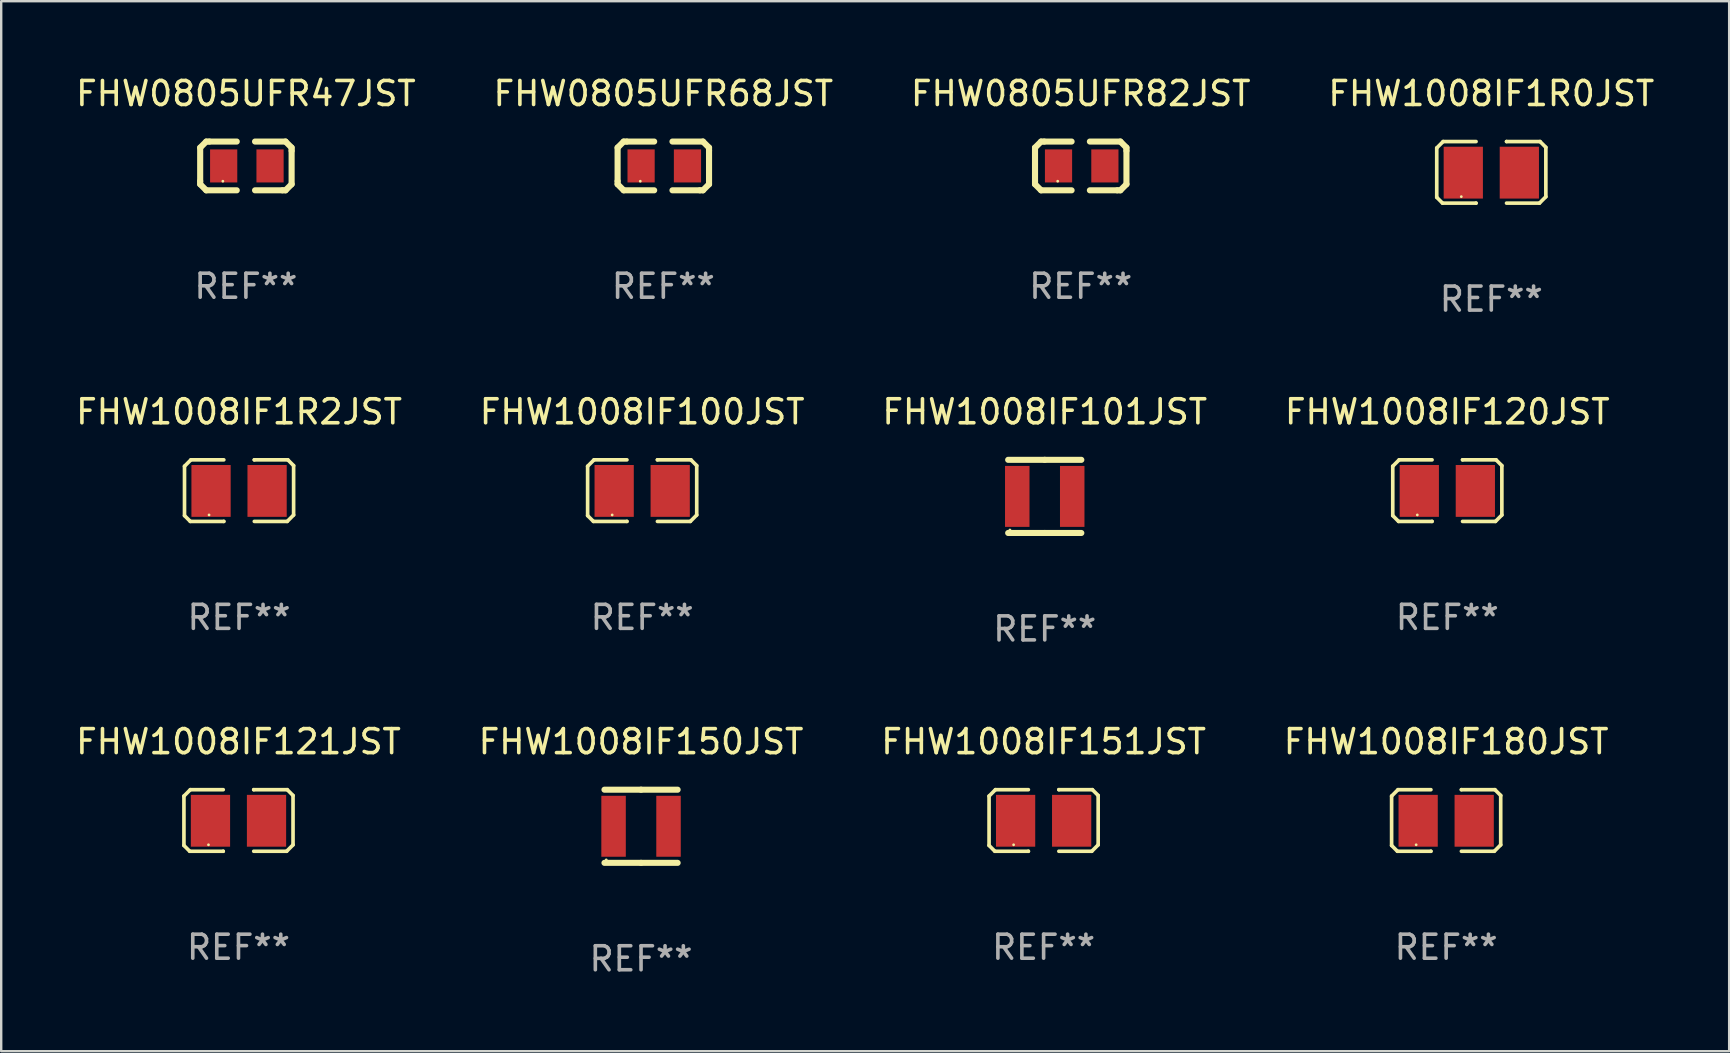
<source format=kicad_pcb>
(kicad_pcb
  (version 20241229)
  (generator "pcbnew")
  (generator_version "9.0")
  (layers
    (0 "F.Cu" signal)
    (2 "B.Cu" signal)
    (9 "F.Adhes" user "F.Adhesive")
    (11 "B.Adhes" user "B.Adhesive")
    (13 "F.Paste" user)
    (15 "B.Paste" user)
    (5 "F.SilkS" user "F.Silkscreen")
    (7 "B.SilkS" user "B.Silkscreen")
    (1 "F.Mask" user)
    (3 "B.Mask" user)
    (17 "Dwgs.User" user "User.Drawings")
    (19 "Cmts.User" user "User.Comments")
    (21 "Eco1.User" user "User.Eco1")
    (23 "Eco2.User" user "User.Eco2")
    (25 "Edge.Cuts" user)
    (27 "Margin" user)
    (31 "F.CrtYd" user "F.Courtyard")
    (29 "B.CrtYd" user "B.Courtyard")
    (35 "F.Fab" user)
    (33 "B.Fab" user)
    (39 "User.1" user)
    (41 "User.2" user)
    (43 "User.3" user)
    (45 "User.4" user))
  (footprint "FHW1008IF151JST"
    (layer "F.Cu")
    (at 40.435 31.137)
    (property "Reference" "FHW1008IF151JST" (at 0 -3.283 0) (layer "F.SilkS") (effects (font (size 1 1) (thickness 0.15))))
    (attr through_hole)
    (fp_line (start -2.273 -1.016) (end -2.007 -1.283) (stroke (width 0.152) (type solid)) (layer "F.SilkS"))
    (fp_line (start -2.273 1.041) (end -2.273 -1.016) (stroke (width 0.152) (type solid)) (layer "F.SilkS"))
    (fp_line (start -2.032 1.283) (end -2.273 1.041) (stroke (width 0.152) (type solid)) (layer "F.SilkS"))
    (fp_line (start -2.007 -1.283) (end -0.635 -1.283) (stroke (width 0.152) (type solid)) (layer "F.SilkS"))
    (fp_line (start -0.635 1.283) (end -2.032 1.283) (stroke (width 0.152) (type solid)) (layer "F.SilkS"))
    (fp_line (start -0.635 1.283) (end -0.635 1.283) (stroke (width 0.152) (type solid)) (layer "F.SilkS"))
    (fp_line (start 0.635 -1.283) (end 0.635 -1.283) (stroke (width 0.152) (type solid)) (layer "F.SilkS"))
    (fp_line (start 0.635 -1.283) (end 2.032 -1.283) (stroke (width 0.152) (type solid)) (layer "F.SilkS"))
    (fp_line (start 2.007 1.283) (end 0.635 1.283) (stroke (width 0.152) (type solid)) (layer "F.SilkS"))
    (fp_line (start 2.032 -1.283) (end 2.273 -1.041) (stroke (width 0.152) (type solid)) (layer "F.SilkS"))
    (fp_line (start 2.273 -1.041) (end 2.273 1.016) (stroke (width 0.152) (type solid)) (layer "F.SilkS"))
    (fp_line (start 2.273 1.016) (end 2.007 1.283) (stroke (width 0.152) (type solid)) (layer "F.SilkS"))
    (fp_circle (center -1.25 1.013) (end -1.22 1.013) (stroke (width 0.06) (type solid)) (fill no) (layer "F.SilkS"))
    (fp_text user "REF**" (at 0 5.283 0) (layer "F.Fab") (effects (font (size 1 1) (thickness 0.15))))
    (pad "1" smd rect (at -1.167 0.013) (size 1.635 2.16) (layers "F.Cu" "F.Mask" "F.Paste"))
    (pad "2" smd rect (at 1.168 0.013) (size 1.635 2.16) (layers "F.Cu" "F.Mask" "F.Paste")))
  (footprint "FHW1008IF150JST"
    (layer "F.Cu")
    (at 23.661 31.379)
    (property "Reference" "FHW1008IF150JST" (at 0 -3.524 0) (layer "F.SilkS") (effects (font (size 1 1) (thickness 0.15))))
    (attr through_hole)
    (fp_line (start -1.524 -1.524) (end 0 -1.524) (stroke (width 0.254) (type solid)) (layer "F.SilkS"))
    (fp_line (start 0 -1.524) (end 1.524 -1.524) (stroke (width 0.254) (type solid)) (layer "F.SilkS"))
    (fp_line (start 0 1.524) (end -1.524 1.524) (stroke (width 0.254) (type solid)) (layer "F.SilkS"))
    (fp_line (start 1.524 1.524) (end 0 1.524) (stroke (width 0.254) (type solid)) (layer "F.SilkS"))
    (fp_circle (center -1.45 1.4) (end -1.42 1.4) (stroke (width 0.06) (type solid)) (fill no) (layer "F.SilkS"))
    (fp_text user "REF**" (at 0 5.524 0) (layer "F.Fab") (effects (font (size 1 1) (thickness 0.15))))
    (pad "1" smd rect (at -1.145 0) (size 1.02 2.54) (layers "F.Cu" "F.Mask" "F.Paste"))
    (pad "2" smd rect (at 1.145 0) (size 1.02 2.54) (layers "F.Cu" "F.Mask" "F.Paste")))
  (footprint "FHW0805UFR47JST"
    (layer "F.Cu")
    (at 7.196 3.864)
    (property "Reference" "FHW0805UFR47JST" (at 0 -3.016 0) (layer "F.SilkS") (effects (font (size 1 1) (thickness 0.15))))
    (attr through_hole)
    (fp_line (start -1.905 -0.762) (end -1.905 0.635) (stroke (width 0.254) (type solid)) (layer "F.SilkS"))
    (fp_line (start -1.905 0.635) (end -1.905 0.762) (stroke (width 0.254) (type solid)) (layer "F.SilkS"))
    (fp_line (start -1.905 0.762) (end -1.651 1.016) (stroke (width 0.254) (type solid)) (layer "F.SilkS"))
    (fp_line (start -1.651 -1.016) (end -1.905 -0.762) (stroke (width 0.254) (type solid)) (layer "F.SilkS"))
    (fp_line (start -1.651 1.016) (end -0.381 1.016) (stroke (width 0.254) (type solid)) (layer "F.SilkS"))
    (fp_line (start -1.524 -1.016) (end -1.651 -1.016) (stroke (width 0.254) (type solid)) (layer "F.SilkS"))
    (fp_line (start -0.381 -1.016) (end -1.524 -1.016) (stroke (width 0.254) (type solid)) (layer "F.SilkS"))
    (fp_line (start 0.381 1.016) (end 1.524 1.016) (stroke (width 0.254) (type solid)) (layer "F.SilkS"))
    (fp_line (start 1.524 1.016) (end 1.651 1.016) (stroke (width 0.254) (type solid)) (layer "F.SilkS"))
    (fp_line (start 1.651 -1.016) (end 0.381 -1.016) (stroke (width 0.254) (type solid)) (layer "F.SilkS"))
    (fp_line (start 1.651 1.016) (end 1.905 0.762) (stroke (width 0.254) (type solid)) (layer "F.SilkS"))
    (fp_line (start 1.905 -0.762) (end 1.651 -1.016) (stroke (width 0.254) (type solid)) (layer "F.SilkS"))
    (fp_line (start 1.905 -0.635) (end 1.905 -0.762) (stroke (width 0.254) (type solid)) (layer "F.SilkS"))
    (fp_line (start 1.905 0.762) (end 1.905 -0.635) (stroke (width 0.254) (type solid)) (layer "F.SilkS"))
    (fp_circle (center -0.96 0.637) (end -0.93 0.637) (stroke (width 0.06) (type solid)) (fill no) (layer "F.SilkS"))
    (fp_text user "REF**" (at 0 5.016 0) (layer "F.Fab") (effects (font (size 1 1) (thickness 0.15))))
    (pad "1" smd rect (at -0.926 -0.000051) (size 1.133 1.377) (layers "F.Cu" "F.Mask" "F.Paste"))
    (pad "2" smd rect (at 1.006 -0.000051) (size 1.133 1.377) (layers "F.Cu" "F.Mask" "F.Paste")))
  (footprint "FHW1008IF1R2JST"
    (layer "F.Cu")
    (at 6.911 17.393)
    (property "Reference" "FHW1008IF1R2JST" (at 0 -3.283 0) (layer "F.SilkS") (effects (font (size 1 1) (thickness 0.15))))
    (attr through_hole)
    (fp_line (start -2.273 -1.016) (end -2.007 -1.283) (stroke (width 0.152) (type solid)) (layer "F.SilkS"))
    (fp_line (start -2.273 1.041) (end -2.273 -1.016) (stroke (width 0.152) (type solid)) (layer "F.SilkS"))
    (fp_line (start -2.032 1.283) (end -2.273 1.041) (stroke (width 0.152) (type solid)) (layer "F.SilkS"))
    (fp_line (start -2.007 -1.283) (end -0.635 -1.283) (stroke (width 0.152) (type solid)) (layer "F.SilkS"))
    (fp_line (start -0.635 1.283) (end -2.032 1.283) (stroke (width 0.152) (type solid)) (layer "F.SilkS"))
    (fp_line (start -0.635 1.283) (end -0.635 1.283) (stroke (width 0.152) (type solid)) (layer "F.SilkS"))
    (fp_line (start 0.635 -1.283) (end 0.635 -1.283) (stroke (width 0.152) (type solid)) (layer "F.SilkS"))
    (fp_line (start 0.635 -1.283) (end 2.032 -1.283) (stroke (width 0.152) (type solid)) (layer "F.SilkS"))
    (fp_line (start 2.007 1.283) (end 0.635 1.283) (stroke (width 0.152) (type solid)) (layer "F.SilkS"))
    (fp_line (start 2.032 -1.283) (end 2.273 -1.041) (stroke (width 0.152) (type solid)) (layer "F.SilkS"))
    (fp_line (start 2.273 -1.041) (end 2.273 1.016) (stroke (width 0.152) (type solid)) (layer "F.SilkS"))
    (fp_line (start 2.273 1.016) (end 2.007 1.283) (stroke (width 0.152) (type solid)) (layer "F.SilkS"))
    (fp_circle (center -1.25 1.013) (end -1.22 1.013) (stroke (width 0.06) (type solid)) (fill no) (layer "F.SilkS"))
    (fp_text user "REF**" (at 0 5.283 0) (layer "F.Fab") (effects (font (size 1 1) (thickness 0.15))))
    (pad "1" smd rect (at -1.167 0.013) (size 1.635 2.16) (layers "F.Cu" "F.Mask" "F.Paste"))
    (pad "2" smd rect (at 1.168 0.013) (size 1.635 2.16) (layers "F.Cu" "F.Mask" "F.Paste")))
  (footprint "FHW1008IF120JST"
    (layer "F.Cu")
    (at 57.256 17.393)
    (property "Reference" "FHW1008IF120JST" (at 0 -3.283 0) (layer "F.SilkS") (effects (font (size 1 1) (thickness 0.15))))
    (attr through_hole)
    (fp_line (start -2.273 -1.016) (end -2.007 -1.283) (stroke (width 0.152) (type solid)) (layer "F.SilkS"))
    (fp_line (start -2.273 1.041) (end -2.273 -1.016) (stroke (width 0.152) (type solid)) (layer "F.SilkS"))
    (fp_line (start -2.032 1.283) (end -2.273 1.041) (stroke (width 0.152) (type solid)) (layer "F.SilkS"))
    (fp_line (start -2.007 -1.283) (end -0.635 -1.283) (stroke (width 0.152) (type solid)) (layer "F.SilkS"))
    (fp_line (start -0.635 1.283) (end -2.032 1.283) (stroke (width 0.152) (type solid)) (layer "F.SilkS"))
    (fp_line (start -0.635 1.283) (end -0.635 1.283) (stroke (width 0.152) (type solid)) (layer "F.SilkS"))
    (fp_line (start 0.635 -1.283) (end 0.635 -1.283) (stroke (width 0.152) (type solid)) (layer "F.SilkS"))
    (fp_line (start 0.635 -1.283) (end 2.032 -1.283) (stroke (width 0.152) (type solid)) (layer "F.SilkS"))
    (fp_line (start 2.007 1.283) (end 0.635 1.283) (stroke (width 0.152) (type solid)) (layer "F.SilkS"))
    (fp_line (start 2.032 -1.283) (end 2.273 -1.041) (stroke (width 0.152) (type solid)) (layer "F.SilkS"))
    (fp_line (start 2.273 -1.041) (end 2.273 1.016) (stroke (width 0.152) (type solid)) (layer "F.SilkS"))
    (fp_line (start 2.273 1.016) (end 2.007 1.283) (stroke (width 0.152) (type solid)) (layer "F.SilkS"))
    (fp_circle (center -1.25 1.013) (end -1.22 1.013) (stroke (width 0.06) (type solid)) (fill no) (layer "F.SilkS"))
    (fp_text user "REF**" (at 0 5.283 0) (layer "F.Fab") (effects (font (size 1 1) (thickness 0.15))))
    (pad "1" smd rect (at -1.167 0.013) (size 1.635 2.16) (layers "F.Cu" "F.Mask" "F.Paste"))
    (pad "2" smd rect (at 1.168 0.013) (size 1.635 2.16) (layers "F.Cu" "F.Mask" "F.Paste")))
  (footprint "FHW1008IF101JST"
    (layer "F.Cu")
    (at 40.482 17.634)
    (property "Reference" "FHW1008IF101JST" (at 0 -3.524 0) (layer "F.SilkS") (effects (font (size 1 1) (thickness 0.15))))
    (attr through_hole)
    (fp_line (start -1.524 -1.524) (end 0 -1.524) (stroke (width 0.254) (type solid)) (layer "F.SilkS"))
    (fp_line (start 0 -1.524) (end 1.524 -1.524) (stroke (width 0.254) (type solid)) (layer "F.SilkS"))
    (fp_line (start 0 1.524) (end -1.524 1.524) (stroke (width 0.254) (type solid)) (layer "F.SilkS"))
    (fp_line (start 1.524 1.524) (end 0 1.524) (stroke (width 0.254) (type solid)) (layer "F.SilkS"))
    (fp_circle (center -1.45 1.4) (end -1.42 1.4) (stroke (width 0.06) (type solid)) (fill no) (layer "F.SilkS"))
    (fp_text user "REF**" (at 0 5.524 0) (layer "F.Fab") (effects (font (size 1 1) (thickness 0.15))))
    (pad "1" smd rect (at -1.145 0) (size 1.02 2.54) (layers "F.Cu" "F.Mask" "F.Paste"))
    (pad "2" smd rect (at 1.145 0) (size 1.02 2.54) (layers "F.Cu" "F.Mask" "F.Paste")))
  (footprint "FHW0805UFR82JST"
    (layer "F.Cu")
    (at 41.982 3.864)
    (property "Reference" "FHW0805UFR82JST" (at 0 -3.016 0) (layer "F.SilkS") (effects (font (size 1 1) (thickness 0.15))))
    (attr through_hole)
    (fp_line (start -1.905 -0.762) (end -1.905 0.635) (stroke (width 0.254) (type solid)) (layer "F.SilkS"))
    (fp_line (start -1.905 0.635) (end -1.905 0.762) (stroke (width 0.254) (type solid)) (layer "F.SilkS"))
    (fp_line (start -1.905 0.762) (end -1.651 1.016) (stroke (width 0.254) (type solid)) (layer "F.SilkS"))
    (fp_line (start -1.651 -1.016) (end -1.905 -0.762) (stroke (width 0.254) (type solid)) (layer "F.SilkS"))
    (fp_line (start -1.651 1.016) (end -0.381 1.016) (stroke (width 0.254) (type solid)) (layer "F.SilkS"))
    (fp_line (start -1.524 -1.016) (end -1.651 -1.016) (stroke (width 0.254) (type solid)) (layer "F.SilkS"))
    (fp_line (start -0.381 -1.016) (end -1.524 -1.016) (stroke (width 0.254) (type solid)) (layer "F.SilkS"))
    (fp_line (start 0.381 1.016) (end 1.524 1.016) (stroke (width 0.254) (type solid)) (layer "F.SilkS"))
    (fp_line (start 1.524 1.016) (end 1.651 1.016) (stroke (width 0.254) (type solid)) (layer "F.SilkS"))
    (fp_line (start 1.651 -1.016) (end 0.381 -1.016) (stroke (width 0.254) (type solid)) (layer "F.SilkS"))
    (fp_line (start 1.651 1.016) (end 1.905 0.762) (stroke (width 0.254) (type solid)) (layer "F.SilkS"))
    (fp_line (start 1.905 -0.762) (end 1.651 -1.016) (stroke (width 0.254) (type solid)) (layer "F.SilkS"))
    (fp_line (start 1.905 -0.635) (end 1.905 -0.762) (stroke (width 0.254) (type solid)) (layer "F.SilkS"))
    (fp_line (start 1.905 0.762) (end 1.905 -0.635) (stroke (width 0.254) (type solid)) (layer "F.SilkS"))
    (fp_circle (center -0.96 0.637) (end -0.93 0.637) (stroke (width 0.06) (type solid)) (fill no) (layer "F.SilkS"))
    (fp_text user "REF**" (at 0 5.016 0) (layer "F.Fab") (effects (font (size 1 1) (thickness 0.15))))
    (pad "1" smd rect (at -0.926 -0.000051) (size 1.133 1.377) (layers "F.Cu" "F.Mask" "F.Paste"))
    (pad "2" smd rect (at 1.006 -0.000051) (size 1.133 1.377) (layers "F.Cu" "F.Mask" "F.Paste")))
  (footprint "FHW1008IF100JST"
    (layer "F.Cu")
    (at 23.708 17.393)
    (property "Reference" "FHW1008IF100JST" (at 0 -3.283 0) (layer "F.SilkS") (effects (font (size 1 1) (thickness 0.15))))
    (attr through_hole)
    (fp_line (start -2.273 -1.016) (end -2.007 -1.283) (stroke (width 0.152) (type solid)) (layer "F.SilkS"))
    (fp_line (start -2.273 1.041) (end -2.273 -1.016) (stroke (width 0.152) (type solid)) (layer "F.SilkS"))
    (fp_line (start -2.032 1.283) (end -2.273 1.041) (stroke (width 0.152) (type solid)) (layer "F.SilkS"))
    (fp_line (start -2.007 -1.283) (end -0.635 -1.283) (stroke (width 0.152) (type solid)) (layer "F.SilkS"))
    (fp_line (start -0.635 1.283) (end -2.032 1.283) (stroke (width 0.152) (type solid)) (layer "F.SilkS"))
    (fp_line (start -0.635 1.283) (end -0.635 1.283) (stroke (width 0.152) (type solid)) (layer "F.SilkS"))
    (fp_line (start 0.635 -1.283) (end 0.635 -1.283) (stroke (width 0.152) (type solid)) (layer "F.SilkS"))
    (fp_line (start 0.635 -1.283) (end 2.032 -1.283) (stroke (width 0.152) (type solid)) (layer "F.SilkS"))
    (fp_line (start 2.007 1.283) (end 0.635 1.283) (stroke (width 0.152) (type solid)) (layer "F.SilkS"))
    (fp_line (start 2.032 -1.283) (end 2.273 -1.041) (stroke (width 0.152) (type solid)) (layer "F.SilkS"))
    (fp_line (start 2.273 -1.041) (end 2.273 1.016) (stroke (width 0.152) (type solid)) (layer "F.SilkS"))
    (fp_line (start 2.273 1.016) (end 2.007 1.283) (stroke (width 0.152) (type solid)) (layer "F.SilkS"))
    (fp_circle (center -1.25 1.013) (end -1.22 1.013) (stroke (width 0.06) (type solid)) (fill no) (layer "F.SilkS"))
    (fp_text user "REF**" (at 0 5.283 0) (layer "F.Fab") (effects (font (size 1 1) (thickness 0.15))))
    (pad "1" smd rect (at -1.167 0.013) (size 1.635 2.16) (layers "F.Cu" "F.Mask" "F.Paste"))
    (pad "2" smd rect (at 1.168 0.013) (size 1.635 2.16) (layers "F.Cu" "F.Mask" "F.Paste")))
  (footprint "FHW1008IF1R0JST"
    (layer "F.Cu")
    (at 59.089 4.131)
    (property "Reference" "FHW1008IF1R0JST" (at 0 -3.283 0) (layer "F.SilkS") (effects (font (size 1 1) (thickness 0.15))))
    (attr through_hole)
    (fp_line (start -2.273 -1.016) (end -2.007 -1.283) (stroke (width 0.152) (type solid)) (layer "F.SilkS"))
    (fp_line (start -2.273 1.041) (end -2.273 -1.016) (stroke (width 0.152) (type solid)) (layer "F.SilkS"))
    (fp_line (start -2.032 1.283) (end -2.273 1.041) (stroke (width 0.152) (type solid)) (layer "F.SilkS"))
    (fp_line (start -2.007 -1.283) (end -0.635 -1.283) (stroke (width 0.152) (type solid)) (layer "F.SilkS"))
    (fp_line (start -0.635 1.283) (end -2.032 1.283) (stroke (width 0.152) (type solid)) (layer "F.SilkS"))
    (fp_line (start -0.635 1.283) (end -0.635 1.283) (stroke (width 0.152) (type solid)) (layer "F.SilkS"))
    (fp_line (start 0.635 -1.283) (end 0.635 -1.283) (stroke (width 0.152) (type solid)) (layer "F.SilkS"))
    (fp_line (start 0.635 -1.283) (end 2.032 -1.283) (stroke (width 0.152) (type solid)) (layer "F.SilkS"))
    (fp_line (start 2.007 1.283) (end 0.635 1.283) (stroke (width 0.152) (type solid)) (layer "F.SilkS"))
    (fp_line (start 2.032 -1.283) (end 2.273 -1.041) (stroke (width 0.152) (type solid)) (layer "F.SilkS"))
    (fp_line (start 2.273 -1.041) (end 2.273 1.016) (stroke (width 0.152) (type solid)) (layer "F.SilkS"))
    (fp_line (start 2.273 1.016) (end 2.007 1.283) (stroke (width 0.152) (type solid)) (layer "F.SilkS"))
    (fp_circle (center -1.25 1.013) (end -1.22 1.013) (stroke (width 0.06) (type solid)) (fill no) (layer "F.SilkS"))
    (fp_text user "REF**" (at 0 5.283 0) (layer "F.Fab") (effects (font (size 1 1) (thickness 0.15))))
    (pad "1" smd rect (at -1.167 0.013) (size 1.635 2.16) (layers "F.Cu" "F.Mask" "F.Paste"))
    (pad "2" smd rect (at 1.168 0.013) (size 1.635 2.16) (layers "F.Cu" "F.Mask" "F.Paste")))
  (footprint "FHW0805UFR68JST"
    (layer "F.Cu")
    (at 24.589 3.864)
    (property "Reference" "FHW0805UFR68JST" (at 0 -3.016 0) (layer "F.SilkS") (effects (font (size 1 1) (thickness 0.15))))
    (attr through_hole)
    (fp_line (start -1.905 -0.762) (end -1.905 0.635) (stroke (width 0.254) (type solid)) (layer "F.SilkS"))
    (fp_line (start -1.905 0.635) (end -1.905 0.762) (stroke (width 0.254) (type solid)) (layer "F.SilkS"))
    (fp_line (start -1.905 0.762) (end -1.651 1.016) (stroke (width 0.254) (type solid)) (layer "F.SilkS"))
    (fp_line (start -1.651 -1.016) (end -1.905 -0.762) (stroke (width 0.254) (type solid)) (layer "F.SilkS"))
    (fp_line (start -1.651 1.016) (end -0.381 1.016) (stroke (width 0.254) (type solid)) (layer "F.SilkS"))
    (fp_line (start -1.524 -1.016) (end -1.651 -1.016) (stroke (width 0.254) (type solid)) (layer "F.SilkS"))
    (fp_line (start -0.381 -1.016) (end -1.524 -1.016) (stroke (width 0.254) (type solid)) (layer "F.SilkS"))
    (fp_line (start 0.381 1.016) (end 1.524 1.016) (stroke (width 0.254) (type solid)) (layer "F.SilkS"))
    (fp_line (start 1.524 1.016) (end 1.651 1.016) (stroke (width 0.254) (type solid)) (layer "F.SilkS"))
    (fp_line (start 1.651 -1.016) (end 0.381 -1.016) (stroke (width 0.254) (type solid)) (layer "F.SilkS"))
    (fp_line (start 1.651 1.016) (end 1.905 0.762) (stroke (width 0.254) (type solid)) (layer "F.SilkS"))
    (fp_line (start 1.905 -0.762) (end 1.651 -1.016) (stroke (width 0.254) (type solid)) (layer "F.SilkS"))
    (fp_line (start 1.905 -0.635) (end 1.905 -0.762) (stroke (width 0.254) (type solid)) (layer "F.SilkS"))
    (fp_line (start 1.905 0.762) (end 1.905 -0.635) (stroke (width 0.254) (type solid)) (layer "F.SilkS"))
    (fp_circle (center -0.96 0.637) (end -0.93 0.637) (stroke (width 0.06) (type solid)) (fill no) (layer "F.SilkS"))
    (fp_text user "REF**" (at 0 5.016 0) (layer "F.Fab") (effects (font (size 1 1) (thickness 0.15))))
    (pad "1" smd rect (at -0.926 -0.000051) (size 1.133 1.377) (layers "F.Cu" "F.Mask" "F.Paste"))
    (pad "2" smd rect (at 1.006 -0.000051) (size 1.133 1.377) (layers "F.Cu" "F.Mask" "F.Paste")))
  (footprint "FHW1008IF121JST"
    (layer "F.Cu")
    (at 6.887 31.137)
    (property "Reference" "FHW1008IF121JST" (at 0 -3.283 0) (layer "F.SilkS") (effects (font (size 1 1) (thickness 0.15))))
    (attr through_hole)
    (fp_line (start -2.273 -1.016) (end -2.007 -1.283) (stroke (width 0.152) (type solid)) (layer "F.SilkS"))
    (fp_line (start -2.273 1.041) (end -2.273 -1.016) (stroke (width 0.152) (type solid)) (layer "F.SilkS"))
    (fp_line (start -2.032 1.283) (end -2.273 1.041) (stroke (width 0.152) (type solid)) (layer "F.SilkS"))
    (fp_line (start -2.007 -1.283) (end -0.635 -1.283) (stroke (width 0.152) (type solid)) (layer "F.SilkS"))
    (fp_line (start -0.635 1.283) (end -2.032 1.283) (stroke (width 0.152) (type solid)) (layer "F.SilkS"))
    (fp_line (start -0.635 1.283) (end -0.635 1.283) (stroke (width 0.152) (type solid)) (layer "F.SilkS"))
    (fp_line (start 0.635 -1.283) (end 0.635 -1.283) (stroke (width 0.152) (type solid)) (layer "F.SilkS"))
    (fp_line (start 0.635 -1.283) (end 2.032 -1.283) (stroke (width 0.152) (type solid)) (layer "F.SilkS"))
    (fp_line (start 2.007 1.283) (end 0.635 1.283) (stroke (width 0.152) (type solid)) (layer "F.SilkS"))
    (fp_line (start 2.032 -1.283) (end 2.273 -1.041) (stroke (width 0.152) (type solid)) (layer "F.SilkS"))
    (fp_line (start 2.273 -1.041) (end 2.273 1.016) (stroke (width 0.152) (type solid)) (layer "F.SilkS"))
    (fp_line (start 2.273 1.016) (end 2.007 1.283) (stroke (width 0.152) (type solid)) (layer "F.SilkS"))
    (fp_circle (center -1.25 1.013) (end -1.22 1.013) (stroke (width 0.06) (type solid)) (fill no) (layer "F.SilkS"))
    (fp_text user "REF**" (at 0 5.283 0) (layer "F.Fab") (effects (font (size 1 1) (thickness 0.15))))
    (pad "1" smd rect (at -1.167 0.013) (size 1.635 2.16) (layers "F.Cu" "F.Mask" "F.Paste"))
    (pad "2" smd rect (at 1.168 0.013) (size 1.635 2.16) (layers "F.Cu" "F.Mask" "F.Paste")))
  (footprint "FHW1008IF180JST"
    (layer "F.Cu")
    (at 57.208 31.137)
    (property "Reference" "FHW1008IF180JST" (at 0 -3.283 0) (layer "F.SilkS") (effects (font (size 1 1) (thickness 0.15))))
    (attr through_hole)
    (fp_line (start -2.273 -1.016) (end -2.007 -1.283) (stroke (width 0.152) (type solid)) (layer "F.SilkS"))
    (fp_line (start -2.273 1.041) (end -2.273 -1.016) (stroke (width 0.152) (type solid)) (layer "F.SilkS"))
    (fp_line (start -2.032 1.283) (end -2.273 1.041) (stroke (width 0.152) (type solid)) (layer "F.SilkS"))
    (fp_line (start -2.007 -1.283) (end -0.635 -1.283) (stroke (width 0.152) (type solid)) (layer "F.SilkS"))
    (fp_line (start -0.635 1.283) (end -2.032 1.283) (stroke (width 0.152) (type solid)) (layer "F.SilkS"))
    (fp_line (start -0.635 1.283) (end -0.635 1.283) (stroke (width 0.152) (type solid)) (layer "F.SilkS"))
    (fp_line (start 0.635 -1.283) (end 0.635 -1.283) (stroke (width 0.152) (type solid)) (layer "F.SilkS"))
    (fp_line (start 0.635 -1.283) (end 2.032 -1.283) (stroke (width 0.152) (type solid)) (layer "F.SilkS"))
    (fp_line (start 2.007 1.283) (end 0.635 1.283) (stroke (width 0.152) (type solid)) (layer "F.SilkS"))
    (fp_line (start 2.032 -1.283) (end 2.273 -1.041) (stroke (width 0.152) (type solid)) (layer "F.SilkS"))
    (fp_line (start 2.273 -1.041) (end 2.273 1.016) (stroke (width 0.152) (type solid)) (layer "F.SilkS"))
    (fp_line (start 2.273 1.016) (end 2.007 1.283) (stroke (width 0.152) (type solid)) (layer "F.SilkS"))
    (fp_circle (center -1.25 1.013) (end -1.22 1.013) (stroke (width 0.06) (type solid)) (fill no) (layer "F.SilkS"))
    (fp_text user "REF**" (at 0 5.283 0) (layer "F.Fab") (effects (font (size 1 1) (thickness 0.15))))
    (pad "1" smd rect (at -1.167 0.013) (size 1.635 2.16) (layers "F.Cu" "F.Mask" "F.Paste"))
    (pad "2" smd rect (at 1.168 0.013) (size 1.635 2.16) (layers "F.Cu" "F.Mask" "F.Paste")))
  (gr_rect
    (start -3 -3)
    (end 69 40.751)
    (stroke (width 0.1) (type default))
    (fill no)
    (layer "Edge.Cuts")))
</source>
